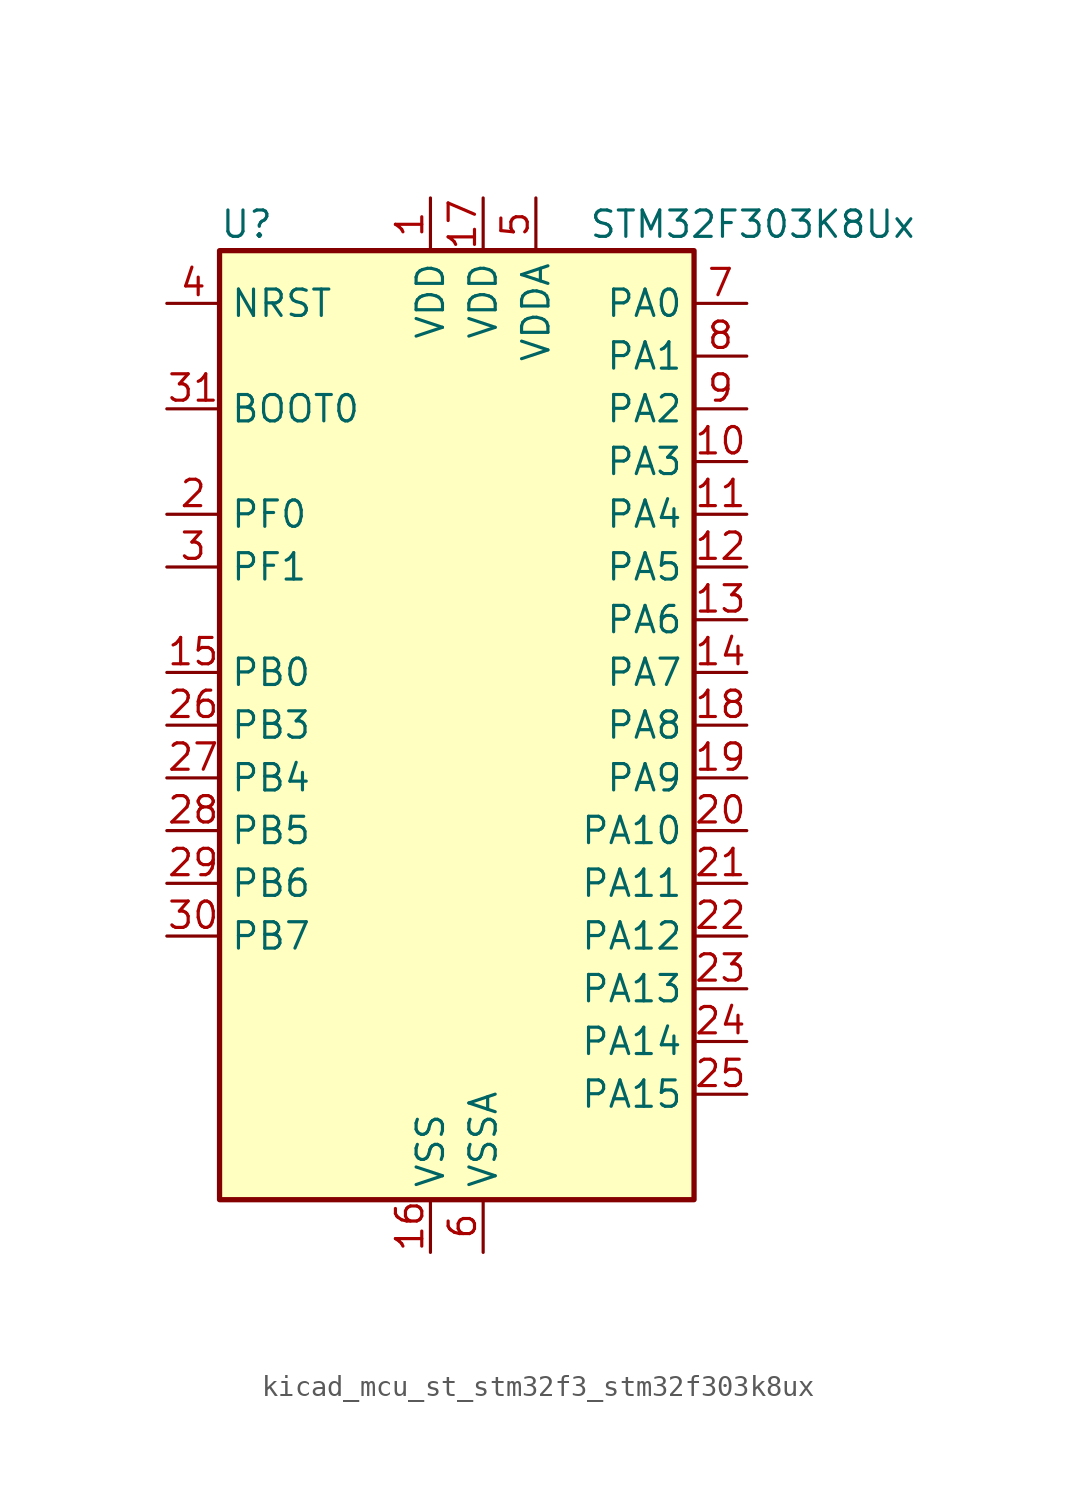
<source format=kicad_sym>
(kicad_symbol_lib
  (version 20220914)
  (generator kicad_symbol_editor)
  (symbol "kicad_mcu_st_stm32f3_stm32f303k8ux"
    (property "Reference" "U"
      (at -10.16 24.13 0)
      (effects (font (size 1.27 1.27)) (justify left)))
    (property "Value" "STM32F303K8Ux"
      (at 7.62 24.13 0)
      (effects (font (size 1.27 1.27)) (justify left)))
    (property "ki_locked" ""
      (at 0 0 0)
      (effects (font (size 1.27 1.27))))
    (symbol "kicad_mcu_st_stm32f3_stm32f303k8ux_0_1"
      (rectangle (start -10.16 -22.86) (end 12.7 22.86) (stroke (width 0.254) (type default)) (fill (type background))))
    (symbol "kicad_mcu_st_stm32f3_stm32f303k8ux_1_1"
      (pin power_in line (at 0 25.4 270) (length 2.54) (name "VDD" (effects (font (size 1.27 1.27)))) (number "1" (effects (font (size 1.27 1.27)))))
      (pin bidirectional line (at 15.24 12.7 180) (length 2.54) (name "PA3" (effects (font (size 1.27 1.27)))) (number "10" (effects (font (size 1.27 1.27)))) (alternate "ADC1_IN4" bidirectional line) (alternate "TIM15_CH2" bidirectional line) (alternate "TIM2_CH4" bidirectional line) (alternate "TSC_G1_IO4" bidirectional line) (alternate "USART2_RX" bidirectional line))
      (pin bidirectional line (at 15.24 10.16 180) (length 2.54) (name "PA4" (effects (font (size 1.27 1.27)))) (number "11" (effects (font (size 1.27 1.27)))) (alternate "ADC2_IN1" bidirectional line) (alternate "COMP2_INM" bidirectional line) (alternate "COMP4_INM" bidirectional line) (alternate "DAC1_OUT1" bidirectional line) (alternate "SPI1_NSS" bidirectional line) (alternate "TIM3_CH2" bidirectional line) (alternate "TSC_G2_IO1" bidirectional line) (alternate "USART2_CK" bidirectional line))
      (pin bidirectional line (at 15.24 7.62 180) (length 2.54) (name "PA5" (effects (font (size 1.27 1.27)))) (number "12" (effects (font (size 1.27 1.27)))) (alternate "ADC2_IN2" bidirectional line) (alternate "DAC1_OUT2" bidirectional line) (alternate "OPAMP2_VINM" bidirectional line) (alternate "OPAMP2_VINM_SEC" bidirectional line) (alternate "SPI1_SCK" bidirectional line) (alternate "TIM2_CH1" bidirectional line) (alternate "TIM2_ETR" bidirectional line) (alternate "TSC_G2_IO2" bidirectional line))
      (pin bidirectional line (at 15.24 5.08 180) (length 2.54) (name "PA6" (effects (font (size 1.27 1.27)))) (number "13" (effects (font (size 1.27 1.27)))) (alternate "ADC2_IN3" bidirectional line) (alternate "DAC2_OUT1" bidirectional line) (alternate "OPAMP2_VOUT" bidirectional line) (alternate "SPI1_MISO" bidirectional line) (alternate "TIM16_CH1" bidirectional line) (alternate "TIM1_BKIN" bidirectional line) (alternate "TIM3_CH1" bidirectional line) (alternate "TSC_G2_IO3" bidirectional line))
      (pin bidirectional line (at 15.24 2.54 180) (length 2.54) (name "PA7" (effects (font (size 1.27 1.27)))) (number "14" (effects (font (size 1.27 1.27)))) (alternate "ADC2_IN4" bidirectional line) (alternate "COMP2_INP" bidirectional line) (alternate "OPAMP2_VINP" bidirectional line) (alternate "OPAMP2_VINP_SEC" bidirectional line) (alternate "SPI1_MOSI" bidirectional line) (alternate "TIM17_CH1" bidirectional line) (alternate "TIM1_CH1N" bidirectional line) (alternate "TIM3_CH2" bidirectional line) (alternate "TSC_G2_IO4" bidirectional line))
      (pin bidirectional line (at -12.7 2.54 0) (length 2.54) (name "PB0" (effects (font (size 1.27 1.27)))) (number "15" (effects (font (size 1.27 1.27)))) (alternate "ADC1_IN11" bidirectional line) (alternate "COMP4_INP" bidirectional line) (alternate "OPAMP2_VINP" bidirectional line) (alternate "OPAMP2_VINP_SEC" bidirectional line) (alternate "TIM1_CH2N" bidirectional line) (alternate "TIM3_CH3" bidirectional line) (alternate "TSC_G3_IO2" bidirectional line))
      (pin power_in line (at 0 -25.4 90) (length 2.54) (name "VSS" (effects (font (size 1.27 1.27)))) (number "16" (effects (font (size 1.27 1.27)))))
      (pin power_in line (at 2.54 25.4 270) (length 2.54) (name "VDD" (effects (font (size 1.27 1.27)))) (number "17" (effects (font (size 1.27 1.27)))))
      (pin bidirectional line (at 15.24 0 180) (length 2.54) (name "PA8" (effects (font (size 1.27 1.27)))) (number "18" (effects (font (size 1.27 1.27)))) (alternate "RCC_MCO" bidirectional line) (alternate "TIM1_CH1" bidirectional line) (alternate "USART1_CK" bidirectional line))
      (pin bidirectional line (at 15.24 -2.54 180) (length 2.54) (name "PA9" (effects (font (size 1.27 1.27)))) (number "19" (effects (font (size 1.27 1.27)))) (alternate "DAC1_EXTI9" bidirectional line) (alternate "DAC2_EXTI9" bidirectional line) (alternate "TIM15_BKIN" bidirectional line) (alternate "TIM1_CH2" bidirectional line) (alternate "TIM2_CH3" bidirectional line) (alternate "TSC_G4_IO1" bidirectional line) (alternate "USART1_TX" bidirectional line))
      (pin bidirectional line (at -12.7 10.16 0) (length 2.54) (name "PF0" (effects (font (size 1.27 1.27)))) (number "2" (effects (font (size 1.27 1.27)))) (alternate "RCC_OSC_IN" bidirectional line) (alternate "TIM1_CH3N" bidirectional line))
      (pin bidirectional line (at 15.24 -5.08 180) (length 2.54) (name "PA10" (effects (font (size 1.27 1.27)))) (number "20" (effects (font (size 1.27 1.27)))) (alternate "TIM17_BKIN" bidirectional line) (alternate "TIM1_CH3" bidirectional line) (alternate "TIM2_CH4" bidirectional line) (alternate "TSC_G4_IO2" bidirectional line) (alternate "USART1_RX" bidirectional line))
      (pin bidirectional line (at 15.24 -7.62 180) (length 2.54) (name "PA11" (effects (font (size 1.27 1.27)))) (number "21" (effects (font (size 1.27 1.27)))) (alternate "CAN_RX" bidirectional line) (alternate "TIM1_BKIN2" bidirectional line) (alternate "TIM1_CH1N" bidirectional line) (alternate "TIM1_CH4" bidirectional line) (alternate "USART1_CTS" bidirectional line))
      (pin bidirectional line (at 15.24 -10.16 180) (length 2.54) (name "PA12" (effects (font (size 1.27 1.27)))) (number "22" (effects (font (size 1.27 1.27)))) (alternate "CAN_TX" bidirectional line) (alternate "COMP2_OUT" bidirectional line) (alternate "TIM16_CH1" bidirectional line) (alternate "TIM1_CH2N" bidirectional line) (alternate "TIM1_ETR" bidirectional line) (alternate "USART1_DE" bidirectional line) (alternate "USART1_RTS" bidirectional line))
      (pin bidirectional line (at 15.24 -12.7 180) (length 2.54) (name "PA13" (effects (font (size 1.27 1.27)))) (number "23" (effects (font (size 1.27 1.27)))) (alternate "IR_OUT" bidirectional line) (alternate "SYS_JTMS-SWDIO" bidirectional line) (alternate "TIM16_CH1N" bidirectional line) (alternate "TSC_G4_IO3" bidirectional line))
      (pin bidirectional line (at 15.24 -15.24 180) (length 2.54) (name "PA14" (effects (font (size 1.27 1.27)))) (number "24" (effects (font (size 1.27 1.27)))) (alternate "I2C1_SDA" bidirectional line) (alternate "SYS_JTCK-SWCLK" bidirectional line) (alternate "TIM1_BKIN" bidirectional line) (alternate "TSC_G4_IO4" bidirectional line) (alternate "USART2_TX" bidirectional line))
      (pin bidirectional line (at 15.24 -17.78 180) (length 2.54) (name "PA15" (effects (font (size 1.27 1.27)))) (number "25" (effects (font (size 1.27 1.27)))) (alternate "I2C1_SCL" bidirectional line) (alternate "SPI1_NSS" bidirectional line) (alternate "SYS_JTDI" bidirectional line) (alternate "TIM1_BKIN" bidirectional line) (alternate "TIM2_CH1" bidirectional line) (alternate "TIM2_ETR" bidirectional line) (alternate "TSC_SYNC" bidirectional line) (alternate "USART2_RX" bidirectional line))
      (pin bidirectional line (at -12.7 0 0) (length 2.54) (name "PB3" (effects (font (size 1.27 1.27)))) (number "26" (effects (font (size 1.27 1.27)))) (alternate "SPI1_SCK" bidirectional line) (alternate "SYS_JTDO-TRACESWO" bidirectional line) (alternate "TIM2_CH2" bidirectional line) (alternate "TIM3_ETR" bidirectional line) (alternate "TSC_G5_IO1" bidirectional line) (alternate "USART2_TX" bidirectional line))
      (pin bidirectional line (at -12.7 -2.54 0) (length 2.54) (name "PB4" (effects (font (size 1.27 1.27)))) (number "27" (effects (font (size 1.27 1.27)))) (alternate "SPI1_MISO" bidirectional line) (alternate "SYS_NJTRST" bidirectional line) (alternate "TIM16_CH1" bidirectional line) (alternate "TIM17_BKIN" bidirectional line) (alternate "TIM3_CH1" bidirectional line) (alternate "TSC_G5_IO2" bidirectional line) (alternate "USART2_RX" bidirectional line))
      (pin bidirectional line (at -12.7 -5.08 0) (length 2.54) (name "PB5" (effects (font (size 1.27 1.27)))) (number "28" (effects (font (size 1.27 1.27)))) (alternate "I2C1_SMBA" bidirectional line) (alternate "SPI1_MOSI" bidirectional line) (alternate "TIM16_BKIN" bidirectional line) (alternate "TIM17_CH1" bidirectional line) (alternate "TIM3_CH2" bidirectional line) (alternate "USART2_CK" bidirectional line))
      (pin bidirectional line (at -12.7 -7.62 0) (length 2.54) (name "PB6" (effects (font (size 1.27 1.27)))) (number "29" (effects (font (size 1.27 1.27)))) (alternate "I2C1_SCL" bidirectional line) (alternate "TIM16_CH1N" bidirectional line) (alternate "TSC_G5_IO3" bidirectional line) (alternate "USART1_TX" bidirectional line))
      (pin bidirectional line (at -12.7 7.62 0) (length 2.54) (name "PF1" (effects (font (size 1.27 1.27)))) (number "3" (effects (font (size 1.27 1.27)))) (alternate "RCC_OSC_OUT" bidirectional line))
      (pin bidirectional line (at -12.7 -10.16 0) (length 2.54) (name "PB7" (effects (font (size 1.27 1.27)))) (number "30" (effects (font (size 1.27 1.27)))) (alternate "I2C1_SDA" bidirectional line) (alternate "TIM17_CH1N" bidirectional line) (alternate "TIM3_CH4" bidirectional line) (alternate "TSC_G5_IO4" bidirectional line) (alternate "USART1_RX" bidirectional line))
      (pin input line (at -12.7 15.24 0) (length 2.54) (name "BOOT0" (effects (font (size 1.27 1.27)))) (number "31" (effects (font (size 1.27 1.27)))))
      (pin passive line (at 0 -25.4 90) (length 2.54) hide (name "VSS" (effects (font (size 1.27 1.27)))) (number "32" (effects (font (size 1.27 1.27)))))
      (pin passive line (at 0 -25.4 90) (length 2.54) hide (name "VSS" (effects (font (size 1.27 1.27)))) (number "33" (effects (font (size 1.27 1.27)))))
      (pin input line (at -12.7 20.32 0) (length 2.54) (name "NRST" (effects (font (size 1.27 1.27)))) (number "4" (effects (font (size 1.27 1.27)))))
      (pin power_in line (at 5.08 25.4 270) (length 2.54) (name "VDDA" (effects (font (size 1.27 1.27)))) (number "5" (effects (font (size 1.27 1.27)))))
      (pin power_in line (at 2.54 -25.4 90) (length 2.54) (name "VSSA" (effects (font (size 1.27 1.27)))) (number "6" (effects (font (size 1.27 1.27)))))
      (pin bidirectional line (at 15.24 20.32 180) (length 2.54) (name "PA0" (effects (font (size 1.27 1.27)))) (number "7" (effects (font (size 1.27 1.27)))) (alternate "ADC1_IN1" bidirectional line) (alternate "RTC_TAMP2" bidirectional line) (alternate "SYS_WKUP1" bidirectional line) (alternate "TIM2_CH1" bidirectional line) (alternate "TIM2_ETR" bidirectional line) (alternate "TSC_G1_IO1" bidirectional line) (alternate "USART2_CTS" bidirectional line))
      (pin bidirectional line (at 15.24 17.78 180) (length 2.54) (name "PA1" (effects (font (size 1.27 1.27)))) (number "8" (effects (font (size 1.27 1.27)))) (alternate "ADC1_IN2" bidirectional line) (alternate "RTC_REFIN" bidirectional line) (alternate "TIM15_CH1N" bidirectional line) (alternate "TIM2_CH2" bidirectional line) (alternate "TSC_G1_IO2" bidirectional line) (alternate "USART2_DE" bidirectional line) (alternate "USART2_RTS" bidirectional line))
      (pin bidirectional line (at 15.24 15.24 180) (length 2.54) (name "PA2" (effects (font (size 1.27 1.27)))) (number "9" (effects (font (size 1.27 1.27)))) (alternate "ADC1_IN3" bidirectional line) (alternate "COMP2_INM" bidirectional line) (alternate "COMP2_OUT" bidirectional line) (alternate "TIM15_CH1" bidirectional line) (alternate "TIM2_CH3" bidirectional line) (alternate "TSC_G1_IO3" bidirectional line) (alternate "USART2_TX" bidirectional line)))))
</source>
